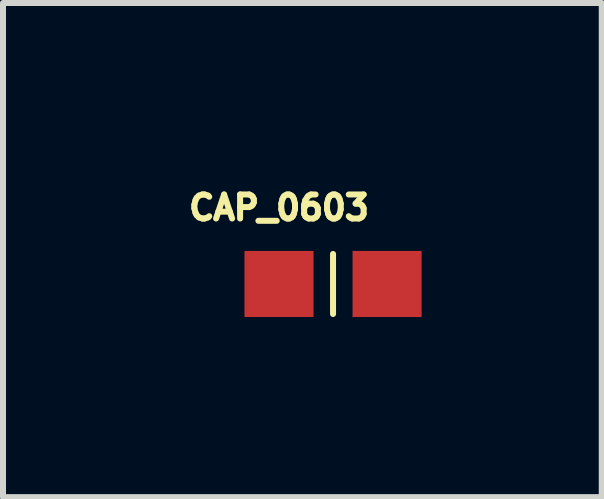
<source format=kicad_pcb>
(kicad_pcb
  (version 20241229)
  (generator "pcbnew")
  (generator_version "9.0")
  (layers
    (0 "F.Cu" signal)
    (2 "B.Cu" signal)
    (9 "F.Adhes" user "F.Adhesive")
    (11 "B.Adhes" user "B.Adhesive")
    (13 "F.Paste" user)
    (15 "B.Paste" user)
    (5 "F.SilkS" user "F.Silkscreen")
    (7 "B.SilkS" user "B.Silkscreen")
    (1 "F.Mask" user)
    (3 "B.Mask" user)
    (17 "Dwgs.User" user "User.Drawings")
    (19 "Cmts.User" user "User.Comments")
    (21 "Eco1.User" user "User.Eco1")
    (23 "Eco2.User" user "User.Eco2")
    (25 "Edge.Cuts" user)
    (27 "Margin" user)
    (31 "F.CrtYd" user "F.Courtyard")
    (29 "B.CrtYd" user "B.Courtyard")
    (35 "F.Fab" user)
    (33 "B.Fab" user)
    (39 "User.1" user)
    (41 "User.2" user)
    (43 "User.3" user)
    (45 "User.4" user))
  (footprint "CAP_0603"
    (layer "F.Cu")
    (at 2.496 1.679)
    (property "Reference" "CAP_0603" (at -0.9 -1.27 0) (layer "F.SilkS") (effects (font (size 0.4 0.4) (thickness 0.1))))
    (attr through_hole)
    (fp_line (start 0 -0.5) (end 0 0.5) (stroke (width 0.1) (type solid)) (layer "F.SilkS"))
    (pad "1" smd rect (at -0.9 0) (size 1.15 1.1) (layers "F.Cu" "F.Mask" "F.Paste"))
    (pad "2" smd rect (at 0.9 0) (size 1.15 1.1) (layers "F.Cu" "F.Mask" "F.Paste")))
  (gr_rect
    (start -3 -3)
    (end 6.971 5.229)
    (stroke (width 0.1) (type default))
    (fill no)
    (layer "Edge.Cuts")))
</source>
